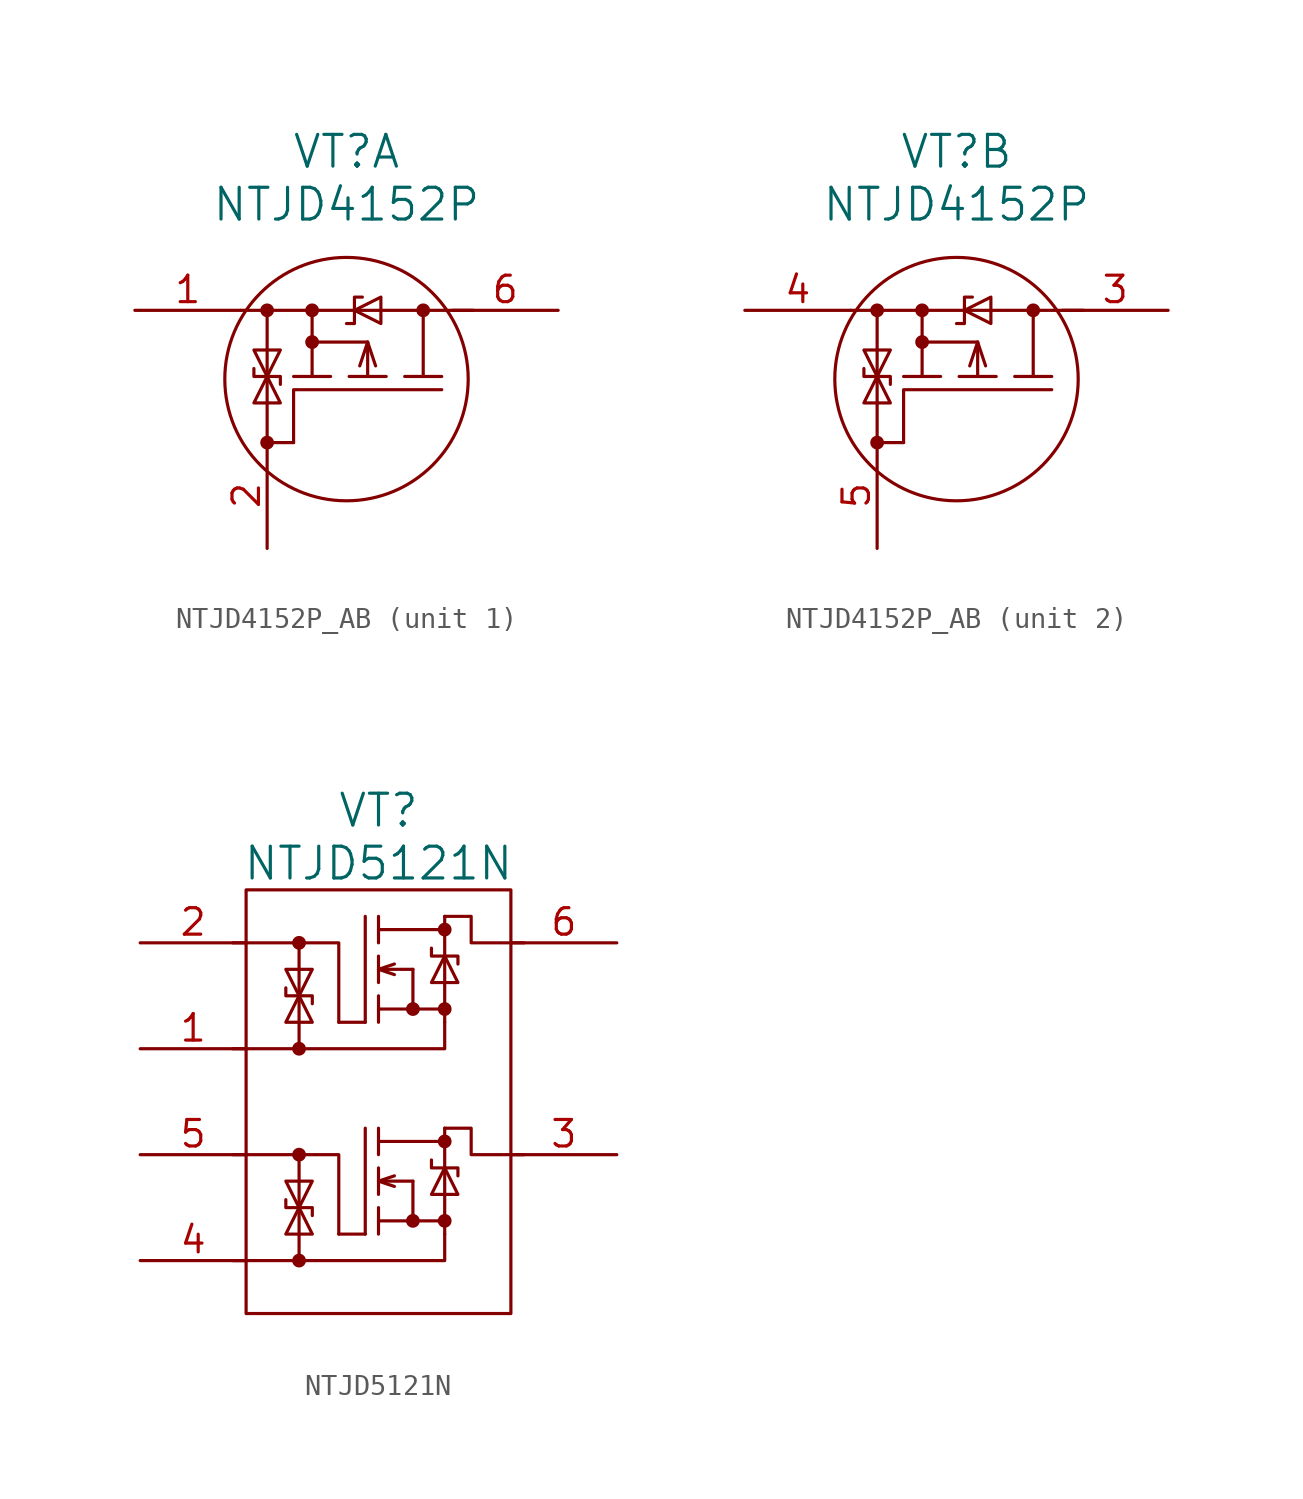
<source format=kicad_sym>
(kicad_symbol_lib
  (version 20220914)
  (generator kicad_symbol_editor)
  (symbol "NTJD4152P_AB"
    (pin_names
      (offset 1.016) hide)
    (property "Reference" "VT"
      (at 0 10.16 0)
      (effects (font (size 1.524 1.524))))
    (property "Value" "NTJD4152P"
      (at 0 7.62 0)
      (effects (font (size 1.524 1.524))))
    (property "Datasheet" ""
      (at -3.81 -8.89 90)
      (effects (font (size 1.524 1.524))))
    (property "ki_locked" ""
      (at 0 0 0)
      (effects (font (size 1.27 1.27))))
    (symbol "NTJD4152P_AB_0_1"
      (circle (center -3.81 -3.81) (radius 0.254) (stroke (width 0) (type solid)) (fill (type outline)))
      (circle (center -3.81 2.54) (radius 0.254) (stroke (width 0) (type solid)) (fill (type outline)))
      (circle (center -1.651 1.016) (radius 0.254) (stroke (width 0) (type solid)) (fill (type outline)))
      (circle (center -1.651 2.54) (radius 0.254) (stroke (width 0) (type solid)) (fill (type outline)))
      (circle (center 0 -0.762) (radius 5.842) (stroke (width 0) (type solid)) (fill (type none)))
      (polyline (pts (xy -5.08 2.54) (xy 6.096 2.54)) (stroke (width 0) (type solid)) (fill (type none)))
      (polyline (pts (xy -3.81 -3.81) (xy -2.54 -3.81)) (stroke (width 0) (type default)) (fill (type none)))
      (polyline (pts (xy -3.81 2.54) (xy -3.81 -3.81)) (stroke (width 0) (type solid)) (fill (type none)))
      (polyline (pts (xy -2.54 -0.635) (xy -0.762 -0.635)) (stroke (width 0) (type solid)) (fill (type none)))
      (polyline (pts (xy -1.651 -0.635) (xy -1.651 2.54)) (stroke (width 0) (type solid)) (fill (type none)))
      (polyline (pts (xy 0.127 -0.635) (xy 1.905 -0.635)) (stroke (width 0) (type solid)) (fill (type none)))
      (polyline (pts (xy 1.016 -0.635) (xy 1.016 1.016)) (stroke (width 0) (type solid)) (fill (type none)))
      (polyline (pts (xy 1.016 1.016) (xy -1.651 1.016)) (stroke (width 0) (type solid)) (fill (type none)))
      (polyline (pts (xy 2.794 -0.635) (xy 4.572 -0.635)) (stroke (width 0) (type solid)) (fill (type none)))
      (polyline (pts (xy 1.397 -0.127) (xy 1.016 1.016) (xy 0.635 -0.127)) (stroke (width 0) (type solid)) (fill (type none)))
      (polyline (pts (xy 3.683 -0.635) (xy 3.683 2.54) (xy 3.683 2.54)) (stroke (width 0) (type solid)) (fill (type none)))
      (polyline (pts (xy 4.572 -1.27) (xy -2.54 -1.27) (xy -2.54 -3.81)) (stroke (width 0) (type default)) (fill (type none)))
      (polyline (pts (xy -4.445 -0.254) (xy -4.445 -0.635) (xy -3.175 -0.635) (xy -3.175 -1.016)) (stroke (width 0) (type solid)) (fill (type none)))
      (polyline (pts (xy -3.81 -0.635) (xy -4.445 -1.905) (xy -3.175 -1.905) (xy -3.81 -0.635)) (stroke (width 0) (type solid)) (fill (type none)))
      (polyline (pts (xy -3.81 -0.635) (xy -3.175 0.635) (xy -4.445 0.635) (xy -3.81 -0.635)) (stroke (width 0) (type solid)) (fill (type none)))
      (polyline (pts (xy 0 1.905) (xy 0.381 1.905) (xy 0.381 3.175) (xy 0.762 3.175)) (stroke (width 0) (type solid)) (fill (type none)))
      (polyline (pts (xy 0.381 2.54) (xy 1.651 1.905) (xy 1.651 3.175) (xy 0.381 2.54)) (stroke (width 0) (type solid)) (fill (type none)))
      (circle (center 3.683 2.54) (radius 0.254) (stroke (width 0) (type solid)) (fill (type outline))))
    (symbol "NTJD4152P_AB_1_1"
      (pin passive line (at -10.16 2.54 0) (length 5.08) (name "S1" (effects (font (size 1.27 1.27)))) (number "1" (effects (font (size 1.27 1.27)))))
      (pin passive line (at -3.81 -8.89 90) (length 5.08) (name "G1" (effects (font (size 1.27 1.27)))) (number "2" (effects (font (size 1.27 1.27)))))
      (pin passive line (at 10.16 2.54 180) (length 5.08) (name "D1" (effects (font (size 1.27 1.27)))) (number "6" (effects (font (size 1.27 1.27))))))
    (symbol "NTJD4152P_AB_2_1"
      (pin passive line (at 10.16 2.54 180) (length 5.08) (name "D2" (effects (font (size 1.27 1.27)))) (number "3" (effects (font (size 1.27 1.27)))))
      (pin passive line (at -10.16 2.54 0) (length 5.08) (name "S2" (effects (font (size 1.27 1.27)))) (number "4" (effects (font (size 1.27 1.27)))))
      (pin passive line (at -3.81 -8.89 90) (length 5.08) (name "G2" (effects (font (size 1.27 1.27)))) (number "5" (effects (font (size 1.27 1.27)))))))
  (symbol "NTJD5121N"
    (pin_names
      (offset 1.016) hide)
    (property "Reference" "VT"
      (at 0 13.97 0)
      (effects (font (size 1.524 1.524))))
    (property "Value" "NTJD5121N"
      (at 0 11.43 0)
      (effects (font (size 1.524 1.524))))
    (property "Datasheet" ""
      (at -11.43 7.62 0)
      (effects (font (size 1.524 1.524))))
    (symbol "NTJD5121N_0_0"
      (rectangle (start -6.35 10.16) (end 6.35 -10.16) (stroke (width 0) (type solid)) (fill (type none)))
      (polyline (pts (xy -1.905 -6.35) (xy -0.635 -6.35)) (stroke (width 0) (type solid)) (fill (type none)))
      (polyline (pts (xy -1.905 3.81) (xy -0.635 3.81)) (stroke (width 0) (type solid)) (fill (type none)))
      (polyline (pts (xy 0 -1.905) (xy 3.175 -1.905)) (stroke (width 0) (type solid)) (fill (type none)))
      (polyline (pts (xy 0 8.255) (xy 3.175 8.255)) (stroke (width 0) (type solid)) (fill (type none)))
      (polyline (pts (xy 1.651 -3.81) (xy 0 -3.81)) (stroke (width 0) (type solid)) (fill (type none)))
      (polyline (pts (xy 1.651 -3.81) (xy 1.651 -5.715)) (stroke (width 0) (type solid)) (fill (type none)))
      (polyline (pts (xy 1.651 6.35) (xy 0 6.35)) (stroke (width 0) (type solid)) (fill (type none)))
      (polyline (pts (xy 1.651 6.35) (xy 1.651 4.445)) (stroke (width 0) (type solid)) (fill (type none)))
      (polyline (pts (xy 3.175 -1.27) (xy 3.175 -6.35)) (stroke (width 0) (type solid)) (fill (type none)))
      (polyline (pts (xy 3.175 8.89) (xy 3.175 3.81)) (stroke (width 0) (type solid)) (fill (type none)))
      (polyline (pts (xy -0.635 -6.35) (xy -0.635 -1.27) (xy -0.635 -1.27)) (stroke (width 0) (type solid)) (fill (type none)))
      (polyline (pts (xy -0.635 3.81) (xy -0.635 8.89) (xy -0.635 8.89)) (stroke (width 0) (type solid)) (fill (type none)))
      (polyline (pts (xy 0 -5.715) (xy 3.175 -5.715) (xy 3.175 -5.715)) (stroke (width 0) (type solid)) (fill (type none)))
      (polyline (pts (xy 0 -5.08) (xy 0 -6.35) (xy 0 -6.35)) (stroke (width 0) (type solid)) (fill (type none)))
      (polyline (pts (xy 0 -3.175) (xy 0 -4.445) (xy 0 -4.445)) (stroke (width 0) (type solid)) (fill (type none)))
      (polyline (pts (xy 0 -1.27) (xy 0 -2.54) (xy 0 -2.54)) (stroke (width 0) (type solid)) (fill (type none)))
      (polyline (pts (xy 0 4.445) (xy 3.175 4.445) (xy 3.175 4.445)) (stroke (width 0) (type solid)) (fill (type none)))
      (polyline (pts (xy 0 5.08) (xy 0 3.81) (xy 0 3.81)) (stroke (width 0) (type solid)) (fill (type none)))
      (polyline (pts (xy 0 6.985) (xy 0 5.715) (xy 0 5.715)) (stroke (width 0) (type solid)) (fill (type none)))
      (polyline (pts (xy 0 8.89) (xy 0 7.62) (xy 0 7.62)) (stroke (width 0) (type solid)) (fill (type none)))
      (polyline (pts (xy 0.762 -4.064) (xy 0 -3.81) (xy 0.762 -3.556)) (stroke (width 0) (type solid)) (fill (type none)))
      (polyline (pts (xy 0.762 6.096) (xy 0 6.35) (xy 0.762 6.604)) (stroke (width 0) (type solid)) (fill (type none)))
      (polyline (pts (xy -4.445 -4.699) (xy -4.445 -5.08) (xy -3.175 -5.08) (xy -3.175 -5.461)) (stroke (width 0) (type solid)) (fill (type none)))
      (polyline (pts (xy -4.445 5.461) (xy -4.445 5.08) (xy -3.175 5.08) (xy -3.175 4.699)) (stroke (width 0) (type solid)) (fill (type none)))
      (polyline (pts (xy -3.81 -5.08) (xy -4.445 -6.35) (xy -3.175 -6.35) (xy -3.81 -5.08)) (stroke (width 0) (type solid)) (fill (type none)))
      (polyline (pts (xy -3.81 -5.08) (xy -4.445 -3.81) (xy -3.175 -3.81) (xy -3.81 -5.08)) (stroke (width 0) (type solid)) (fill (type none)))
      (polyline (pts (xy -3.81 5.08) (xy -4.445 3.81) (xy -3.175 3.81) (xy -3.81 5.08)) (stroke (width 0) (type solid)) (fill (type none)))
      (polyline (pts (xy -3.81 5.08) (xy -4.445 6.35) (xy -3.175 6.35) (xy -3.81 5.08)) (stroke (width 0) (type solid)) (fill (type none)))
      (polyline (pts (xy 2.54 -2.794) (xy 2.54 -3.175) (xy 3.81 -3.175) (xy 3.81 -3.556)) (stroke (width 0) (type solid)) (fill (type none)))
      (polyline (pts (xy 2.54 7.366) (xy 2.54 6.985) (xy 3.81 6.985) (xy 3.81 6.604)) (stroke (width 0) (type solid)) (fill (type none)))
      (polyline (pts (xy 3.175 -3.175) (xy 2.54 -4.445) (xy 3.81 -4.445) (xy 3.175 -3.175)) (stroke (width 0) (type solid)) (fill (type none)))
      (polyline (pts (xy 3.175 -1.27) (xy 4.445 -1.27) (xy 4.445 -2.54) (xy 6.985 -2.54)) (stroke (width 0) (type solid)) (fill (type none)))
      (polyline (pts (xy 3.175 6.985) (xy 2.54 5.715) (xy 3.81 5.715) (xy 3.175 6.985)) (stroke (width 0) (type solid)) (fill (type none)))
      (polyline (pts (xy 3.175 8.89) (xy 4.445 8.89) (xy 4.445 7.62) (xy 6.985 7.62)) (stroke (width 0) (type solid)) (fill (type none)))
      (polyline (pts (xy -6.985 -2.54) (xy -1.905 -2.54) (xy -1.905 -6.35) (xy -1.905 -5.08) (xy -1.905 -6.35)) (stroke (width 0) (type solid)) (fill (type none)))
      (polyline (pts (xy -6.985 7.62) (xy -1.905 7.62) (xy -1.905 3.81) (xy -1.905 5.08) (xy -1.905 3.81)) (stroke (width 0) (type solid)) (fill (type none)))
      (pin passive line (at -11.43 2.54 0) (length 5.08) (name "S1" (effects (font (size 1.27 1.27)))) (number "1" (effects (font (size 1.27 1.27)))))
      (pin passive line (at 11.43 -2.54 180) (length 5.08) (name "D2" (effects (font (size 1.27 1.27)))) (number "3" (effects (font (size 1.27 1.27)))))
      (pin passive line (at -11.43 -7.62 0) (length 5.08) (name "S2" (effects (font (size 1.27 1.27)))) (number "4" (effects (font (size 1.27 1.27)))))
      (pin passive line (at -11.43 -2.54 0) (length 5.08) (name "G2" (effects (font (size 1.27 1.27)))) (number "5" (effects (font (size 1.27 1.27)))))
      (pin passive line (at 11.43 7.62 180) (length 5.08) (name "D1" (effects (font (size 1.27 1.27)))) (number "6" (effects (font (size 1.27 1.27))))))
    (symbol "NTJD5121N_0_1"
      (circle (center -3.81 -7.62) (radius 0.254) (stroke (width 0) (type solid)) (fill (type outline)))
      (circle (center -3.81 -2.54) (radius 0.254) (stroke (width 0) (type solid)) (fill (type outline)))
      (circle (center -3.81 2.54) (radius 0.254) (stroke (width 0) (type solid)) (fill (type outline)))
      (circle (center -3.81 7.62) (radius 0.254) (stroke (width 0) (type solid)) (fill (type outline)))
      (polyline (pts (xy -3.81 -7.62) (xy -3.81 -2.54)) (stroke (width 0) (type solid)) (fill (type none)))
      (polyline (pts (xy -3.81 2.54) (xy -3.81 7.62)) (stroke (width 0) (type solid)) (fill (type none)))
      (polyline (pts (xy 3.175 -6.35) (xy 3.175 -7.62) (xy -6.985 -7.62)) (stroke (width 0) (type solid)) (fill (type none)))
      (polyline (pts (xy 3.175 3.81) (xy 3.175 2.54) (xy -6.985 2.54)) (stroke (width 0) (type solid)) (fill (type none)))
      (circle (center 1.651 -5.715) (radius 0.254) (stroke (width 0) (type solid)) (fill (type outline)))
      (circle (center 1.651 4.445) (radius 0.254) (stroke (width 0) (type solid)) (fill (type outline)))
      (circle (center 3.175 -5.715) (radius 0.254) (stroke (width 0) (type solid)) (fill (type outline)))
      (circle (center 3.175 -1.905) (radius 0.254) (stroke (width 0) (type solid)) (fill (type outline)))
      (circle (center 3.175 4.445) (radius 0.254) (stroke (width 0) (type solid)) (fill (type outline)))
      (circle (center 3.175 8.255) (radius 0.254) (stroke (width 0) (type solid)) (fill (type outline))))
    (symbol "NTJD5121N_1_0"
      (pin passive line (at -11.43 7.62 0) (length 5.08) (name "G1" (effects (font (size 1.27 1.27)))) (number "2" (effects (font (size 1.27 1.27))))))))
</source>
